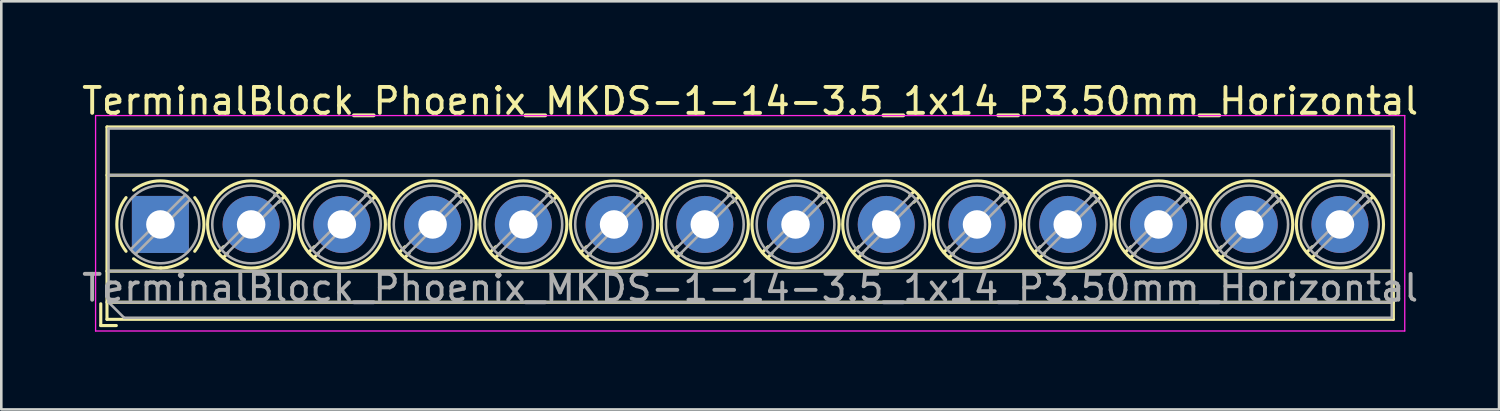
<source format=kicad_pcb>
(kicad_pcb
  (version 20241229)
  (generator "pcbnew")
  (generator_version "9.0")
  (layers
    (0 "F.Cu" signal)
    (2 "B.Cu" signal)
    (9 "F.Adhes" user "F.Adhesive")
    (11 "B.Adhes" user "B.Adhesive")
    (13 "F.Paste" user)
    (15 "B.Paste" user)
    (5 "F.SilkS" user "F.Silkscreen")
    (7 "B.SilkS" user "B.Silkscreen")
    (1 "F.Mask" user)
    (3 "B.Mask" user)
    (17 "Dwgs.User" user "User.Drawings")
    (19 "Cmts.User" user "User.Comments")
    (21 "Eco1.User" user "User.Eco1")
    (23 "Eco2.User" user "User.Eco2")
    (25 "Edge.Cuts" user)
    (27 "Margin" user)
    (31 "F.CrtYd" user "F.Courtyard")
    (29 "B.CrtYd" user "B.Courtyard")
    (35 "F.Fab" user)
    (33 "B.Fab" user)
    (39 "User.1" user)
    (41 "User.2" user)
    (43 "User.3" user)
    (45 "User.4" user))
  (footprint "TerminalBlock_Phoenix_MKDS-1-14-3.5_1x14_P3.50mm_Horizontal"
    (layer "F.Cu")
    (at 3.137 5.608)
    (property "Reference" "TerminalBlock_Phoenix_MKDS-1-14-3.5_1x14_P3.50mm_Horizontal" (at 22.75 -4.76 0) (layer "F.SilkS") (effects (font (size 1 1) (thickness 0.15))))
    (attr through_hole)
    (fp_line (start -2.3 3.06) (end -2.3 3.9) (stroke (width 0.12) (type solid)) (layer "F.SilkS"))
    (fp_line (start -2.3 3.9) (end -1.7 3.9) (stroke (width 0.12) (type solid)) (layer "F.SilkS"))
    (fp_line (start -2.06 -3.76) (end -2.06 3.66) (stroke (width 0.12) (type solid)) (layer "F.SilkS"))
    (fp_line (start -2.06 -3.76) (end 47.56 -3.76) (stroke (width 0.12) (type solid)) (layer "F.SilkS"))
    (fp_line (start -2.06 -1.9) (end 47.56 -1.9) (stroke (width 0.12) (type solid)) (layer "F.SilkS"))
    (fp_line (start -2.06 1.8) (end 47.56 1.8) (stroke (width 0.12) (type solid)) (layer "F.SilkS"))
    (fp_line (start -2.06 3) (end 47.56 3) (stroke (width 0.12) (type solid)) (layer "F.SilkS"))
    (fp_line (start -2.06 3.66) (end 47.56 3.66) (stroke (width 0.12) (type solid)) (layer "F.SilkS"))
    (fp_line (start 2.437 0.859) (end 2.226 1.069) (stroke (width 0.12) (type solid)) (layer "F.SilkS"))
    (fp_line (start 2.595 1.11) (end 2.431 1.274) (stroke (width 0.12) (type solid)) (layer "F.SilkS"))
    (fp_line (start 4.57 -1.275) (end 4.406 -1.111) (stroke (width 0.12) (type solid)) (layer "F.SilkS"))
    (fp_line (start 4.775 -1.069) (end 4.564 -0.859) (stroke (width 0.12) (type solid)) (layer "F.SilkS"))
    (fp_line (start 5.937 0.859) (end 5.726 1.069) (stroke (width 0.12) (type solid)) (layer "F.SilkS"))
    (fp_line (start 6.095 1.11) (end 5.931 1.274) (stroke (width 0.12) (type solid)) (layer "F.SilkS"))
    (fp_line (start 8.07 -1.275) (end 7.906 -1.111) (stroke (width 0.12) (type solid)) (layer "F.SilkS"))
    (fp_line (start 8.275 -1.069) (end 8.064 -0.859) (stroke (width 0.12) (type solid)) (layer "F.SilkS"))
    (fp_line (start 9.437 0.859) (end 9.226 1.069) (stroke (width 0.12) (type solid)) (layer "F.SilkS"))
    (fp_line (start 9.595 1.11) (end 9.431 1.274) (stroke (width 0.12) (type solid)) (layer "F.SilkS"))
    (fp_line (start 11.57 -1.275) (end 11.406 -1.111) (stroke (width 0.12) (type solid)) (layer "F.SilkS"))
    (fp_line (start 11.775 -1.069) (end 11.564 -0.859) (stroke (width 0.12) (type solid)) (layer "F.SilkS"))
    (fp_line (start 12.937 0.859) (end 12.726 1.069) (stroke (width 0.12) (type solid)) (layer "F.SilkS"))
    (fp_line (start 13.095 1.11) (end 12.931 1.274) (stroke (width 0.12) (type solid)) (layer "F.SilkS"))
    (fp_line (start 15.07 -1.275) (end 14.906 -1.111) (stroke (width 0.12) (type solid)) (layer "F.SilkS"))
    (fp_line (start 15.275 -1.069) (end 15.064 -0.859) (stroke (width 0.12) (type solid)) (layer "F.SilkS"))
    (fp_line (start 16.437 0.859) (end 16.226 1.069) (stroke (width 0.12) (type solid)) (layer "F.SilkS"))
    (fp_line (start 16.595 1.11) (end 16.431 1.274) (stroke (width 0.12) (type solid)) (layer "F.SilkS"))
    (fp_line (start 18.57 -1.275) (end 18.406 -1.111) (stroke (width 0.12) (type solid)) (layer "F.SilkS"))
    (fp_line (start 18.775 -1.069) (end 18.564 -0.859) (stroke (width 0.12) (type solid)) (layer "F.SilkS"))
    (fp_line (start 19.937 0.859) (end 19.726 1.069) (stroke (width 0.12) (type solid)) (layer "F.SilkS"))
    (fp_line (start 20.095 1.11) (end 19.931 1.274) (stroke (width 0.12) (type solid)) (layer "F.SilkS"))
    (fp_line (start 22.07 -1.275) (end 21.906 -1.111) (stroke (width 0.12) (type solid)) (layer "F.SilkS"))
    (fp_line (start 22.275 -1.069) (end 22.064 -0.859) (stroke (width 0.12) (type solid)) (layer "F.SilkS"))
    (fp_line (start 23.437 0.859) (end 23.226 1.069) (stroke (width 0.12) (type solid)) (layer "F.SilkS"))
    (fp_line (start 23.595 1.11) (end 23.431 1.274) (stroke (width 0.12) (type solid)) (layer "F.SilkS"))
    (fp_line (start 25.57 -1.275) (end 25.406 -1.111) (stroke (width 0.12) (type solid)) (layer "F.SilkS"))
    (fp_line (start 25.775 -1.069) (end 25.564 -0.859) (stroke (width 0.12) (type solid)) (layer "F.SilkS"))
    (fp_line (start 26.937 0.859) (end 26.726 1.069) (stroke (width 0.12) (type solid)) (layer "F.SilkS"))
    (fp_line (start 27.095 1.11) (end 26.931 1.274) (stroke (width 0.12) (type solid)) (layer "F.SilkS"))
    (fp_line (start 29.07 -1.275) (end 28.906 -1.111) (stroke (width 0.12) (type solid)) (layer "F.SilkS"))
    (fp_line (start 29.275 -1.069) (end 29.064 -0.859) (stroke (width 0.12) (type solid)) (layer "F.SilkS"))
    (fp_line (start 30.437 0.859) (end 30.226 1.069) (stroke (width 0.12) (type solid)) (layer "F.SilkS"))
    (fp_line (start 30.595 1.11) (end 30.431 1.274) (stroke (width 0.12) (type solid)) (layer "F.SilkS"))
    (fp_line (start 32.57 -1.275) (end 32.406 -1.111) (stroke (width 0.12) (type solid)) (layer "F.SilkS"))
    (fp_line (start 32.775 -1.069) (end 32.564 -0.859) (stroke (width 0.12) (type solid)) (layer "F.SilkS"))
    (fp_line (start 33.937 0.859) (end 33.726 1.069) (stroke (width 0.12) (type solid)) (layer "F.SilkS"))
    (fp_line (start 34.095 1.11) (end 33.931 1.274) (stroke (width 0.12) (type solid)) (layer "F.SilkS"))
    (fp_line (start 36.07 -1.275) (end 35.906 -1.111) (stroke (width 0.12) (type solid)) (layer "F.SilkS"))
    (fp_line (start 36.275 -1.069) (end 36.064 -0.859) (stroke (width 0.12) (type solid)) (layer "F.SilkS"))
    (fp_line (start 37.437 0.859) (end 37.226 1.069) (stroke (width 0.12) (type solid)) (layer "F.SilkS"))
    (fp_line (start 37.595 1.11) (end 37.431 1.274) (stroke (width 0.12) (type solid)) (layer "F.SilkS"))
    (fp_line (start 39.57 -1.275) (end 39.406 -1.111) (stroke (width 0.12) (type solid)) (layer "F.SilkS"))
    (fp_line (start 39.775 -1.069) (end 39.564 -0.859) (stroke (width 0.12) (type solid)) (layer "F.SilkS"))
    (fp_line (start 40.937 0.859) (end 40.726 1.069) (stroke (width 0.12) (type solid)) (layer "F.SilkS"))
    (fp_line (start 41.095 1.11) (end 40.931 1.274) (stroke (width 0.12) (type solid)) (layer "F.SilkS"))
    (fp_line (start 43.07 -1.275) (end 42.906 -1.111) (stroke (width 0.12) (type solid)) (layer "F.SilkS"))
    (fp_line (start 43.275 -1.069) (end 43.064 -0.859) (stroke (width 0.12) (type solid)) (layer "F.SilkS"))
    (fp_line (start 44.437 0.859) (end 44.226 1.069) (stroke (width 0.12) (type solid)) (layer "F.SilkS"))
    (fp_line (start 44.595 1.11) (end 44.431 1.274) (stroke (width 0.12) (type solid)) (layer "F.SilkS"))
    (fp_line (start 46.57 -1.275) (end 46.406 -1.111) (stroke (width 0.12) (type solid)) (layer "F.SilkS"))
    (fp_line (start 46.775 -1.069) (end 46.564 -0.859) (stroke (width 0.12) (type solid)) (layer "F.SilkS"))
    (fp_line (start 47.56 -3.76) (end 47.56 3.66) (stroke (width 0.12) (type solid)) (layer "F.SilkS"))
    (fp_arc (start -1.324561 1.034282) (mid -1.680536 -0.000456) (end -1.324 -1.035) (stroke (width 0.12) (type solid)) (layer "F.SilkS"))
    (fp_arc (start -1.034282 -1.324561) (mid 0.000456 -1.680536) (end 1.035 -1.324) (stroke (width 0.12) (type solid)) (layer "F.SilkS"))
    (fp_arc (start 0.028874 1.680288) (mid -0.533674 1.593548) (end -1.035 1.324) (stroke (width 0.12) (type solid)) (layer "F.SilkS"))
    (fp_arc (start 1.034311 1.323858) (mid 0.546954 1.588471) (end 0 1.68) (stroke (width 0.12) (type solid)) (layer "F.SilkS"))
    (fp_arc (start 1.324561 -1.034282) (mid 1.680536 0.000456) (end 1.324 1.035) (stroke (width 0.12) (type solid)) (layer "F.SilkS"))
    (fp_circle (center 3.5 0) (end 5.18 0) (stroke (width 0.12) (type solid)) (fill no) (layer "F.SilkS"))
    (fp_circle (center 7 0) (end 8.68 0) (stroke (width 0.12) (type solid)) (fill no) (layer "F.SilkS"))
    (fp_circle (center 10.5 0) (end 12.18 0) (stroke (width 0.12) (type solid)) (fill no) (layer "F.SilkS"))
    (fp_circle (center 14 0) (end 15.68 0) (stroke (width 0.12) (type solid)) (fill no) (layer "F.SilkS"))
    (fp_circle (center 17.5 0) (end 19.18 0) (stroke (width 0.12) (type solid)) (fill no) (layer "F.SilkS"))
    (fp_circle (center 21 0) (end 22.68 0) (stroke (width 0.12) (type solid)) (fill no) (layer "F.SilkS"))
    (fp_circle (center 24.5 0) (end 26.18 0) (stroke (width 0.12) (type solid)) (fill no) (layer "F.SilkS"))
    (fp_circle (center 28 0) (end 29.68 0) (stroke (width 0.12) (type solid)) (fill no) (layer "F.SilkS"))
    (fp_circle (center 31.5 0) (end 33.18 0) (stroke (width 0.12) (type solid)) (fill no) (layer "F.SilkS"))
    (fp_circle (center 35 0) (end 36.68 0) (stroke (width 0.12) (type solid)) (fill no) (layer "F.SilkS"))
    (fp_circle (center 38.5 0) (end 40.18 0) (stroke (width 0.12) (type solid)) (fill no) (layer "F.SilkS"))
    (fp_circle (center 42 0) (end 43.68 0) (stroke (width 0.12) (type solid)) (fill no) (layer "F.SilkS"))
    (fp_circle (center 45.5 0) (end 47.18 0) (stroke (width 0.12) (type solid)) (fill no) (layer "F.SilkS"))
    (fp_line (start -2.5 -4.2) (end -2.5 4.11) (stroke (width 0.05) (type solid)) (layer "F.CrtYd"))
    (fp_line (start -2.5 4.11) (end 48 4.11) (stroke (width 0.05) (type solid)) (layer "F.CrtYd"))
    (fp_line (start 48 -4.2) (end -2.5 -4.2) (stroke (width 0.05) (type solid)) (layer "F.CrtYd"))
    (fp_line (start 48 4.11) (end 48 -4.2) (stroke (width 0.05) (type solid)) (layer "F.CrtYd"))
    (fp_line (start -2 -3.7) (end 47.5 -3.7) (stroke (width 0.1) (type solid)) (layer "F.Fab"))
    (fp_line (start -2 -1.9) (end 47.5 -1.9) (stroke (width 0.1) (type solid)) (layer "F.Fab"))
    (fp_line (start -2 1.8) (end 47.5 1.8) (stroke (width 0.1) (type solid)) (layer "F.Fab"))
    (fp_line (start -2 3) (end -2 -3.7) (stroke (width 0.1) (type solid)) (layer "F.Fab"))
    (fp_line (start -2 3) (end 47.5 3) (stroke (width 0.1) (type solid)) (layer "F.Fab"))
    (fp_line (start -1.4 3.6) (end -2 3) (stroke (width 0.1) (type solid)) (layer "F.Fab"))
    (fp_line (start 0.955 -1.138) (end -1.138 0.955) (stroke (width 0.1) (type solid)) (layer "F.Fab"))
    (fp_line (start 1.138 -0.955) (end -0.955 1.138) (stroke (width 0.1) (type solid)) (layer "F.Fab"))
    (fp_line (start 4.455 -1.138) (end 2.363 0.955) (stroke (width 0.1) (type solid)) (layer "F.Fab"))
    (fp_line (start 4.638 -0.955) (end 2.546 1.138) (stroke (width 0.1) (type solid)) (layer "F.Fab"))
    (fp_line (start 7.955 -1.138) (end 5.863 0.955) (stroke (width 0.1) (type solid)) (layer "F.Fab"))
    (fp_line (start 8.138 -0.955) (end 6.046 1.138) (stroke (width 0.1) (type solid)) (layer "F.Fab"))
    (fp_line (start 11.455 -1.138) (end 9.363 0.955) (stroke (width 0.1) (type solid)) (layer "F.Fab"))
    (fp_line (start 11.638 -0.955) (end 9.546 1.138) (stroke (width 0.1) (type solid)) (layer "F.Fab"))
    (fp_line (start 14.955 -1.138) (end 12.863 0.955) (stroke (width 0.1) (type solid)) (layer "F.Fab"))
    (fp_line (start 15.138 -0.955) (end 13.046 1.138) (stroke (width 0.1) (type solid)) (layer "F.Fab"))
    (fp_line (start 18.455 -1.138) (end 16.363 0.955) (stroke (width 0.1) (type solid)) (layer "F.Fab"))
    (fp_line (start 18.638 -0.955) (end 16.546 1.138) (stroke (width 0.1) (type solid)) (layer "F.Fab"))
    (fp_line (start 21.955 -1.138) (end 19.863 0.955) (stroke (width 0.1) (type solid)) (layer "F.Fab"))
    (fp_line (start 22.138 -0.955) (end 20.046 1.138) (stroke (width 0.1) (type solid)) (layer "F.Fab"))
    (fp_line (start 25.455 -1.138) (end 23.363 0.955) (stroke (width 0.1) (type solid)) (layer "F.Fab"))
    (fp_line (start 25.638 -0.955) (end 23.546 1.138) (stroke (width 0.1) (type solid)) (layer "F.Fab"))
    (fp_line (start 28.955 -1.138) (end 26.863 0.955) (stroke (width 0.1) (type solid)) (layer "F.Fab"))
    (fp_line (start 29.138 -0.955) (end 27.046 1.138) (stroke (width 0.1) (type solid)) (layer "F.Fab"))
    (fp_line (start 32.455 -1.138) (end 30.363 0.955) (stroke (width 0.1) (type solid)) (layer "F.Fab"))
    (fp_line (start 32.638 -0.955) (end 30.546 1.138) (stroke (width 0.1) (type solid)) (layer "F.Fab"))
    (fp_line (start 35.955 -1.138) (end 33.863 0.955) (stroke (width 0.1) (type solid)) (layer "F.Fab"))
    (fp_line (start 36.138 -0.955) (end 34.046 1.138) (stroke (width 0.1) (type solid)) (layer "F.Fab"))
    (fp_line (start 39.455 -1.138) (end 37.363 0.955) (stroke (width 0.1) (type solid)) (layer "F.Fab"))
    (fp_line (start 39.638 -0.955) (end 37.546 1.138) (stroke (width 0.1) (type solid)) (layer "F.Fab"))
    (fp_line (start 42.955 -1.138) (end 40.863 0.955) (stroke (width 0.1) (type solid)) (layer "F.Fab"))
    (fp_line (start 43.138 -0.955) (end 41.046 1.138) (stroke (width 0.1) (type solid)) (layer "F.Fab"))
    (fp_line (start 46.455 -1.138) (end 44.363 0.955) (stroke (width 0.1) (type solid)) (layer "F.Fab"))
    (fp_line (start 46.638 -0.955) (end 44.546 1.138) (stroke (width 0.1) (type solid)) (layer "F.Fab"))
    (fp_line (start 47.5 -3.7) (end 47.5 3.6) (stroke (width 0.1) (type solid)) (layer "F.Fab"))
    (fp_line (start 47.5 3.6) (end -1.4 3.6) (stroke (width 0.1) (type solid)) (layer "F.Fab"))
    (fp_circle (center 0 0) (end 1.5 0) (stroke (width 0.1) (type solid)) (fill no) (layer "F.Fab"))
    (fp_circle (center 3.5 0) (end 5 0) (stroke (width 0.1) (type solid)) (fill no) (layer "F.Fab"))
    (fp_circle (center 7 0) (end 8.5 0) (stroke (width 0.1) (type solid)) (fill no) (layer "F.Fab"))
    (fp_circle (center 10.5 0) (end 12 0) (stroke (width 0.1) (type solid)) (fill no) (layer "F.Fab"))
    (fp_circle (center 14 0) (end 15.5 0) (stroke (width 0.1) (type solid)) (fill no) (layer "F.Fab"))
    (fp_circle (center 17.5 0) (end 19 0) (stroke (width 0.1) (type solid)) (fill no) (layer "F.Fab"))
    (fp_circle (center 21 0) (end 22.5 0) (stroke (width 0.1) (type solid)) (fill no) (layer "F.Fab"))
    (fp_circle (center 24.5 0) (end 26 0) (stroke (width 0.1) (type solid)) (fill no) (layer "F.Fab"))
    (fp_circle (center 28 0) (end 29.5 0) (stroke (width 0.1) (type solid)) (fill no) (layer "F.Fab"))
    (fp_circle (center 31.5 0) (end 33 0) (stroke (width 0.1) (type solid)) (fill no) (layer "F.Fab"))
    (fp_circle (center 35 0) (end 36.5 0) (stroke (width 0.1) (type solid)) (fill no) (layer "F.Fab"))
    (fp_circle (center 38.5 0) (end 40 0) (stroke (width 0.1) (type solid)) (fill no) (layer "F.Fab"))
    (fp_circle (center 42 0) (end 43.5 0) (stroke (width 0.1) (type solid)) (fill no) (layer "F.Fab"))
    (fp_circle (center 45.5 0) (end 47 0) (stroke (width 0.1) (type solid)) (fill no) (layer "F.Fab"))
    (fp_text user "${REFERENCE}" (at 22.75 2.45 0) (layer "F.Fab") (effects (font (size 1 1) (thickness 0.15))))
    (pad "1" thru_hole rect (at 0 0) (size 2.2 2.2) (drill 1.1) (layers "*.Cu" "*.Mask"))
    (pad "2" thru_hole circle (at 3.5 0) (size 2.2 2.2) (drill 1.1) (layers "*.Cu" "*.Mask"))
    (pad "3" thru_hole circle (at 7 0) (size 2.2 2.2) (drill 1.1) (layers "*.Cu" "*.Mask"))
    (pad "4" thru_hole circle (at 10.5 0) (size 2.2 2.2) (drill 1.1) (layers "*.Cu" "*.Mask"))
    (pad "5" thru_hole circle (at 14 0) (size 2.2 2.2) (drill 1.1) (layers "*.Cu" "*.Mask"))
    (pad "6" thru_hole circle (at 17.5 0) (size 2.2 2.2) (drill 1.1) (layers "*.Cu" "*.Mask"))
    (pad "7" thru_hole circle (at 21 0) (size 2.2 2.2) (drill 1.1) (layers "*.Cu" "*.Mask"))
    (pad "8" thru_hole circle (at 24.5 0) (size 2.2 2.2) (drill 1.1) (layers "*.Cu" "*.Mask"))
    (pad "9" thru_hole circle (at 28 0) (size 2.2 2.2) (drill 1.1) (layers "*.Cu" "*.Mask"))
    (pad "10" thru_hole circle (at 31.5 0) (size 2.2 2.2) (drill 1.1) (layers "*.Cu" "*.Mask"))
    (pad "11" thru_hole circle (at 35 0) (size 2.2 2.2) (drill 1.1) (layers "*.Cu" "*.Mask"))
    (pad "12" thru_hole circle (at 38.5 0) (size 2.2 2.2) (drill 1.1) (layers "*.Cu" "*.Mask"))
    (pad "13" thru_hole circle (at 42 0) (size 2.2 2.2) (drill 1.1) (layers "*.Cu" "*.Mask"))
    (pad "14" thru_hole circle (at 45.5 0) (size 2.2 2.2) (drill 1.1) (layers "*.Cu" "*.Mask")))
  (gr_rect
    (start -3 -3)
    (end 54.774 12.743)
    (stroke (width 0.1) (type default))
    (fill no)
    (layer "Edge.Cuts")))
</source>
